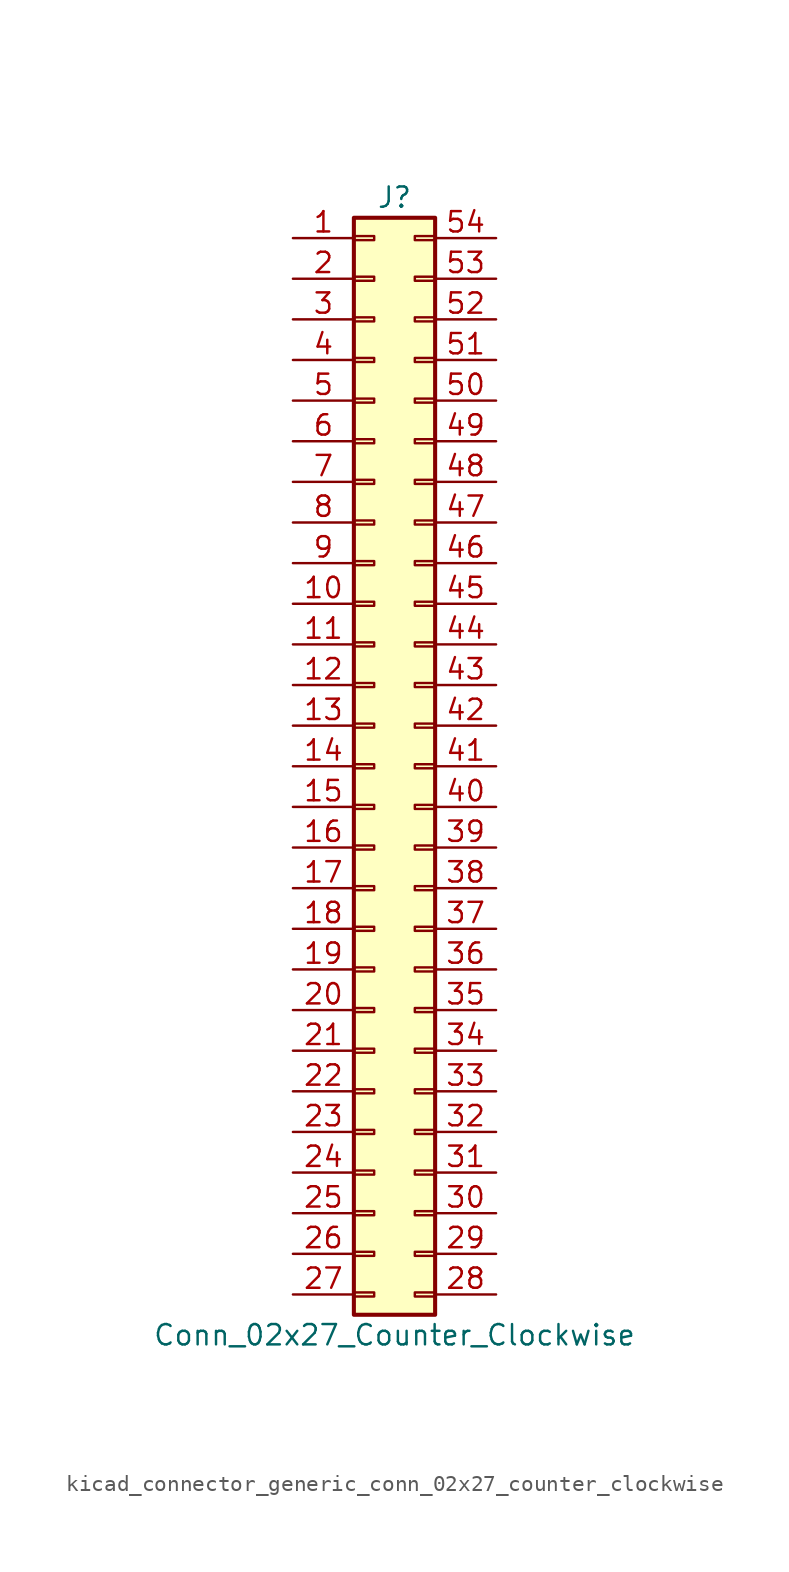
<source format=kicad_sym>
(kicad_symbol_lib
  (version 20220914)
  (generator kicad_symbol_editor)
  (symbol "kicad_connector_generic_conn_02x27_counter_clockwise"
    (pin_names
      (offset 1.016) hide)
    (property "Reference" "J"
      (at 1.27 35.56 0)
      (effects (font (size 1.27 1.27))))
    (property "Value" "Conn_02x27_Counter_Clockwise"
      (at 1.27 -35.56 0)
      (effects (font (size 1.27 1.27))))
    (symbol "kicad_connector_generic_conn_02x27_counter_clockwise_1_1"
      (rectangle (start -1.27 -32.893) (end 0 -33.147) (stroke (width 0.152) (type default)) (fill (type none)))
      (rectangle (start -1.27 -30.353) (end 0 -30.607) (stroke (width 0.152) (type default)) (fill (type none)))
      (rectangle (start -1.27 -27.813) (end 0 -28.067) (stroke (width 0.152) (type default)) (fill (type none)))
      (rectangle (start -1.27 -25.273) (end 0 -25.527) (stroke (width 0.152) (type default)) (fill (type none)))
      (rectangle (start -1.27 -22.733) (end 0 -22.987) (stroke (width 0.152) (type default)) (fill (type none)))
      (rectangle (start -1.27 -20.193) (end 0 -20.447) (stroke (width 0.152) (type default)) (fill (type none)))
      (rectangle (start -1.27 -17.653) (end 0 -17.907) (stroke (width 0.152) (type default)) (fill (type none)))
      (rectangle (start -1.27 -15.113) (end 0 -15.367) (stroke (width 0.152) (type default)) (fill (type none)))
      (rectangle (start -1.27 -12.573) (end 0 -12.827) (stroke (width 0.152) (type default)) (fill (type none)))
      (rectangle (start -1.27 -10.033) (end 0 -10.287) (stroke (width 0.152) (type default)) (fill (type none)))
      (rectangle (start -1.27 -7.493) (end 0 -7.747) (stroke (width 0.152) (type default)) (fill (type none)))
      (rectangle (start -1.27 -4.953) (end 0 -5.207) (stroke (width 0.152) (type default)) (fill (type none)))
      (rectangle (start -1.27 -2.413) (end 0 -2.667) (stroke (width 0.152) (type default)) (fill (type none)))
      (rectangle (start -1.27 0.127) (end 0 -0.127) (stroke (width 0.152) (type default)) (fill (type none)))
      (rectangle (start -1.27 2.667) (end 0 2.413) (stroke (width 0.152) (type default)) (fill (type none)))
      (rectangle (start -1.27 5.207) (end 0 4.953) (stroke (width 0.152) (type default)) (fill (type none)))
      (rectangle (start -1.27 7.747) (end 0 7.493) (stroke (width 0.152) (type default)) (fill (type none)))
      (rectangle (start -1.27 10.287) (end 0 10.033) (stroke (width 0.152) (type default)) (fill (type none)))
      (rectangle (start -1.27 12.827) (end 0 12.573) (stroke (width 0.152) (type default)) (fill (type none)))
      (rectangle (start -1.27 15.367) (end 0 15.113) (stroke (width 0.152) (type default)) (fill (type none)))
      (rectangle (start -1.27 17.907) (end 0 17.653) (stroke (width 0.152) (type default)) (fill (type none)))
      (rectangle (start -1.27 20.447) (end 0 20.193) (stroke (width 0.152) (type default)) (fill (type none)))
      (rectangle (start -1.27 22.987) (end 0 22.733) (stroke (width 0.152) (type default)) (fill (type none)))
      (rectangle (start -1.27 25.527) (end 0 25.273) (stroke (width 0.152) (type default)) (fill (type none)))
      (rectangle (start -1.27 28.067) (end 0 27.813) (stroke (width 0.152) (type default)) (fill (type none)))
      (rectangle (start -1.27 30.607) (end 0 30.353) (stroke (width 0.152) (type default)) (fill (type none)))
      (rectangle (start -1.27 33.147) (end 0 32.893) (stroke (width 0.152) (type default)) (fill (type none)))
      (rectangle (start -1.27 34.29) (end 3.81 -34.29) (stroke (width 0.254) (type default)) (fill (type background)))
      (rectangle (start 3.81 -32.893) (end 2.54 -33.147) (stroke (width 0.152) (type default)) (fill (type none)))
      (rectangle (start 3.81 -30.353) (end 2.54 -30.607) (stroke (width 0.152) (type default)) (fill (type none)))
      (rectangle (start 3.81 -27.813) (end 2.54 -28.067) (stroke (width 0.152) (type default)) (fill (type none)))
      (rectangle (start 3.81 -25.273) (end 2.54 -25.527) (stroke (width 0.152) (type default)) (fill (type none)))
      (rectangle (start 3.81 -22.733) (end 2.54 -22.987) (stroke (width 0.152) (type default)) (fill (type none)))
      (rectangle (start 3.81 -20.193) (end 2.54 -20.447) (stroke (width 0.152) (type default)) (fill (type none)))
      (rectangle (start 3.81 -17.653) (end 2.54 -17.907) (stroke (width 0.152) (type default)) (fill (type none)))
      (rectangle (start 3.81 -15.113) (end 2.54 -15.367) (stroke (width 0.152) (type default)) (fill (type none)))
      (rectangle (start 3.81 -12.573) (end 2.54 -12.827) (stroke (width 0.152) (type default)) (fill (type none)))
      (rectangle (start 3.81 -10.033) (end 2.54 -10.287) (stroke (width 0.152) (type default)) (fill (type none)))
      (rectangle (start 3.81 -7.493) (end 2.54 -7.747) (stroke (width 0.152) (type default)) (fill (type none)))
      (rectangle (start 3.81 -4.953) (end 2.54 -5.207) (stroke (width 0.152) (type default)) (fill (type none)))
      (rectangle (start 3.81 -2.413) (end 2.54 -2.667) (stroke (width 0.152) (type default)) (fill (type none)))
      (rectangle (start 3.81 0.127) (end 2.54 -0.127) (stroke (width 0.152) (type default)) (fill (type none)))
      (rectangle (start 3.81 2.667) (end 2.54 2.413) (stroke (width 0.152) (type default)) (fill (type none)))
      (rectangle (start 3.81 5.207) (end 2.54 4.953) (stroke (width 0.152) (type default)) (fill (type none)))
      (rectangle (start 3.81 7.747) (end 2.54 7.493) (stroke (width 0.152) (type default)) (fill (type none)))
      (rectangle (start 3.81 10.287) (end 2.54 10.033) (stroke (width 0.152) (type default)) (fill (type none)))
      (rectangle (start 3.81 12.827) (end 2.54 12.573) (stroke (width 0.152) (type default)) (fill (type none)))
      (rectangle (start 3.81 15.367) (end 2.54 15.113) (stroke (width 0.152) (type default)) (fill (type none)))
      (rectangle (start 3.81 17.907) (end 2.54 17.653) (stroke (width 0.152) (type default)) (fill (type none)))
      (rectangle (start 3.81 20.447) (end 2.54 20.193) (stroke (width 0.152) (type default)) (fill (type none)))
      (rectangle (start 3.81 22.987) (end 2.54 22.733) (stroke (width 0.152) (type default)) (fill (type none)))
      (rectangle (start 3.81 25.527) (end 2.54 25.273) (stroke (width 0.152) (type default)) (fill (type none)))
      (rectangle (start 3.81 28.067) (end 2.54 27.813) (stroke (width 0.152) (type default)) (fill (type none)))
      (rectangle (start 3.81 30.607) (end 2.54 30.353) (stroke (width 0.152) (type default)) (fill (type none)))
      (rectangle (start 3.81 33.147) (end 2.54 32.893) (stroke (width 0.152) (type default)) (fill (type none)))
      (pin passive line (at -5.08 33.02 0) (length 3.81) (name "Pin_1" (effects (font (size 1.27 1.27)))) (number "1" (effects (font (size 1.27 1.27)))))
      (pin passive line (at -5.08 10.16 0) (length 3.81) (name "Pin_10" (effects (font (size 1.27 1.27)))) (number "10" (effects (font (size 1.27 1.27)))))
      (pin passive line (at -5.08 7.62 0) (length 3.81) (name "Pin_11" (effects (font (size 1.27 1.27)))) (number "11" (effects (font (size 1.27 1.27)))))
      (pin passive line (at -5.08 5.08 0) (length 3.81) (name "Pin_12" (effects (font (size 1.27 1.27)))) (number "12" (effects (font (size 1.27 1.27)))))
      (pin passive line (at -5.08 2.54 0) (length 3.81) (name "Pin_13" (effects (font (size 1.27 1.27)))) (number "13" (effects (font (size 1.27 1.27)))))
      (pin passive line (at -5.08 0 0) (length 3.81) (name "Pin_14" (effects (font (size 1.27 1.27)))) (number "14" (effects (font (size 1.27 1.27)))))
      (pin passive line (at -5.08 -2.54 0) (length 3.81) (name "Pin_15" (effects (font (size 1.27 1.27)))) (number "15" (effects (font (size 1.27 1.27)))))
      (pin passive line (at -5.08 -5.08 0) (length 3.81) (name "Pin_16" (effects (font (size 1.27 1.27)))) (number "16" (effects (font (size 1.27 1.27)))))
      (pin passive line (at -5.08 -7.62 0) (length 3.81) (name "Pin_17" (effects (font (size 1.27 1.27)))) (number "17" (effects (font (size 1.27 1.27)))))
      (pin passive line (at -5.08 -10.16 0) (length 3.81) (name "Pin_18" (effects (font (size 1.27 1.27)))) (number "18" (effects (font (size 1.27 1.27)))))
      (pin passive line (at -5.08 -12.7 0) (length 3.81) (name "Pin_19" (effects (font (size 1.27 1.27)))) (number "19" (effects (font (size 1.27 1.27)))))
      (pin passive line (at -5.08 30.48 0) (length 3.81) (name "Pin_2" (effects (font (size 1.27 1.27)))) (number "2" (effects (font (size 1.27 1.27)))))
      (pin passive line (at -5.08 -15.24 0) (length 3.81) (name "Pin_20" (effects (font (size 1.27 1.27)))) (number "20" (effects (font (size 1.27 1.27)))))
      (pin passive line (at -5.08 -17.78 0) (length 3.81) (name "Pin_21" (effects (font (size 1.27 1.27)))) (number "21" (effects (font (size 1.27 1.27)))))
      (pin passive line (at -5.08 -20.32 0) (length 3.81) (name "Pin_22" (effects (font (size 1.27 1.27)))) (number "22" (effects (font (size 1.27 1.27)))))
      (pin passive line (at -5.08 -22.86 0) (length 3.81) (name "Pin_23" (effects (font (size 1.27 1.27)))) (number "23" (effects (font (size 1.27 1.27)))))
      (pin passive line (at -5.08 -25.4 0) (length 3.81) (name "Pin_24" (effects (font (size 1.27 1.27)))) (number "24" (effects (font (size 1.27 1.27)))))
      (pin passive line (at -5.08 -27.94 0) (length 3.81) (name "Pin_25" (effects (font (size 1.27 1.27)))) (number "25" (effects (font (size 1.27 1.27)))))
      (pin passive line (at -5.08 -30.48 0) (length 3.81) (name "Pin_26" (effects (font (size 1.27 1.27)))) (number "26" (effects (font (size 1.27 1.27)))))
      (pin passive line (at -5.08 -33.02 0) (length 3.81) (name "Pin_27" (effects (font (size 1.27 1.27)))) (number "27" (effects (font (size 1.27 1.27)))))
      (pin passive line (at 7.62 -33.02 180) (length 3.81) (name "Pin_28" (effects (font (size 1.27 1.27)))) (number "28" (effects (font (size 1.27 1.27)))))
      (pin passive line (at 7.62 -30.48 180) (length 3.81) (name "Pin_29" (effects (font (size 1.27 1.27)))) (number "29" (effects (font (size 1.27 1.27)))))
      (pin passive line (at -5.08 27.94 0) (length 3.81) (name "Pin_3" (effects (font (size 1.27 1.27)))) (number "3" (effects (font (size 1.27 1.27)))))
      (pin passive line (at 7.62 -27.94 180) (length 3.81) (name "Pin_30" (effects (font (size 1.27 1.27)))) (number "30" (effects (font (size 1.27 1.27)))))
      (pin passive line (at 7.62 -25.4 180) (length 3.81) (name "Pin_31" (effects (font (size 1.27 1.27)))) (number "31" (effects (font (size 1.27 1.27)))))
      (pin passive line (at 7.62 -22.86 180) (length 3.81) (name "Pin_32" (effects (font (size 1.27 1.27)))) (number "32" (effects (font (size 1.27 1.27)))))
      (pin passive line (at 7.62 -20.32 180) (length 3.81) (name "Pin_33" (effects (font (size 1.27 1.27)))) (number "33" (effects (font (size 1.27 1.27)))))
      (pin passive line (at 7.62 -17.78 180) (length 3.81) (name "Pin_34" (effects (font (size 1.27 1.27)))) (number "34" (effects (font (size 1.27 1.27)))))
      (pin passive line (at 7.62 -15.24 180) (length 3.81) (name "Pin_35" (effects (font (size 1.27 1.27)))) (number "35" (effects (font (size 1.27 1.27)))))
      (pin passive line (at 7.62 -12.7 180) (length 3.81) (name "Pin_36" (effects (font (size 1.27 1.27)))) (number "36" (effects (font (size 1.27 1.27)))))
      (pin passive line (at 7.62 -10.16 180) (length 3.81) (name "Pin_37" (effects (font (size 1.27 1.27)))) (number "37" (effects (font (size 1.27 1.27)))))
      (pin passive line (at 7.62 -7.62 180) (length 3.81) (name "Pin_38" (effects (font (size 1.27 1.27)))) (number "38" (effects (font (size 1.27 1.27)))))
      (pin passive line (at 7.62 -5.08 180) (length 3.81) (name "Pin_39" (effects (font (size 1.27 1.27)))) (number "39" (effects (font (size 1.27 1.27)))))
      (pin passive line (at -5.08 25.4 0) (length 3.81) (name "Pin_4" (effects (font (size 1.27 1.27)))) (number "4" (effects (font (size 1.27 1.27)))))
      (pin passive line (at 7.62 -2.54 180) (length 3.81) (name "Pin_40" (effects (font (size 1.27 1.27)))) (number "40" (effects (font (size 1.27 1.27)))))
      (pin passive line (at 7.62 0 180) (length 3.81) (name "Pin_41" (effects (font (size 1.27 1.27)))) (number "41" (effects (font (size 1.27 1.27)))))
      (pin passive line (at 7.62 2.54 180) (length 3.81) (name "Pin_42" (effects (font (size 1.27 1.27)))) (number "42" (effects (font (size 1.27 1.27)))))
      (pin passive line (at 7.62 5.08 180) (length 3.81) (name "Pin_43" (effects (font (size 1.27 1.27)))) (number "43" (effects (font (size 1.27 1.27)))))
      (pin passive line (at 7.62 7.62 180) (length 3.81) (name "Pin_44" (effects (font (size 1.27 1.27)))) (number "44" (effects (font (size 1.27 1.27)))))
      (pin passive line (at 7.62 10.16 180) (length 3.81) (name "Pin_45" (effects (font (size 1.27 1.27)))) (number "45" (effects (font (size 1.27 1.27)))))
      (pin passive line (at 7.62 12.7 180) (length 3.81) (name "Pin_46" (effects (font (size 1.27 1.27)))) (number "46" (effects (font (size 1.27 1.27)))))
      (pin passive line (at 7.62 15.24 180) (length 3.81) (name "Pin_47" (effects (font (size 1.27 1.27)))) (number "47" (effects (font (size 1.27 1.27)))))
      (pin passive line (at 7.62 17.78 180) (length 3.81) (name "Pin_48" (effects (font (size 1.27 1.27)))) (number "48" (effects (font (size 1.27 1.27)))))
      (pin passive line (at 7.62 20.32 180) (length 3.81) (name "Pin_49" (effects (font (size 1.27 1.27)))) (number "49" (effects (font (size 1.27 1.27)))))
      (pin passive line (at -5.08 22.86 0) (length 3.81) (name "Pin_5" (effects (font (size 1.27 1.27)))) (number "5" (effects (font (size 1.27 1.27)))))
      (pin passive line (at 7.62 22.86 180) (length 3.81) (name "Pin_50" (effects (font (size 1.27 1.27)))) (number "50" (effects (font (size 1.27 1.27)))))
      (pin passive line (at 7.62 25.4 180) (length 3.81) (name "Pin_51" (effects (font (size 1.27 1.27)))) (number "51" (effects (font (size 1.27 1.27)))))
      (pin passive line (at 7.62 27.94 180) (length 3.81) (name "Pin_52" (effects (font (size 1.27 1.27)))) (number "52" (effects (font (size 1.27 1.27)))))
      (pin passive line (at 7.62 30.48 180) (length 3.81) (name "Pin_53" (effects (font (size 1.27 1.27)))) (number "53" (effects (font (size 1.27 1.27)))))
      (pin passive line (at 7.62 33.02 180) (length 3.81) (name "Pin_54" (effects (font (size 1.27 1.27)))) (number "54" (effects (font (size 1.27 1.27)))))
      (pin passive line (at -5.08 20.32 0) (length 3.81) (name "Pin_6" (effects (font (size 1.27 1.27)))) (number "6" (effects (font (size 1.27 1.27)))))
      (pin passive line (at -5.08 17.78 0) (length 3.81) (name "Pin_7" (effects (font (size 1.27 1.27)))) (number "7" (effects (font (size 1.27 1.27)))))
      (pin passive line (at -5.08 15.24 0) (length 3.81) (name "Pin_8" (effects (font (size 1.27 1.27)))) (number "8" (effects (font (size 1.27 1.27)))))
      (pin passive line (at -5.08 12.7 0) (length 3.81) (name "Pin_9" (effects (font (size 1.27 1.27)))) (number "9" (effects (font (size 1.27 1.27))))))))
</source>
